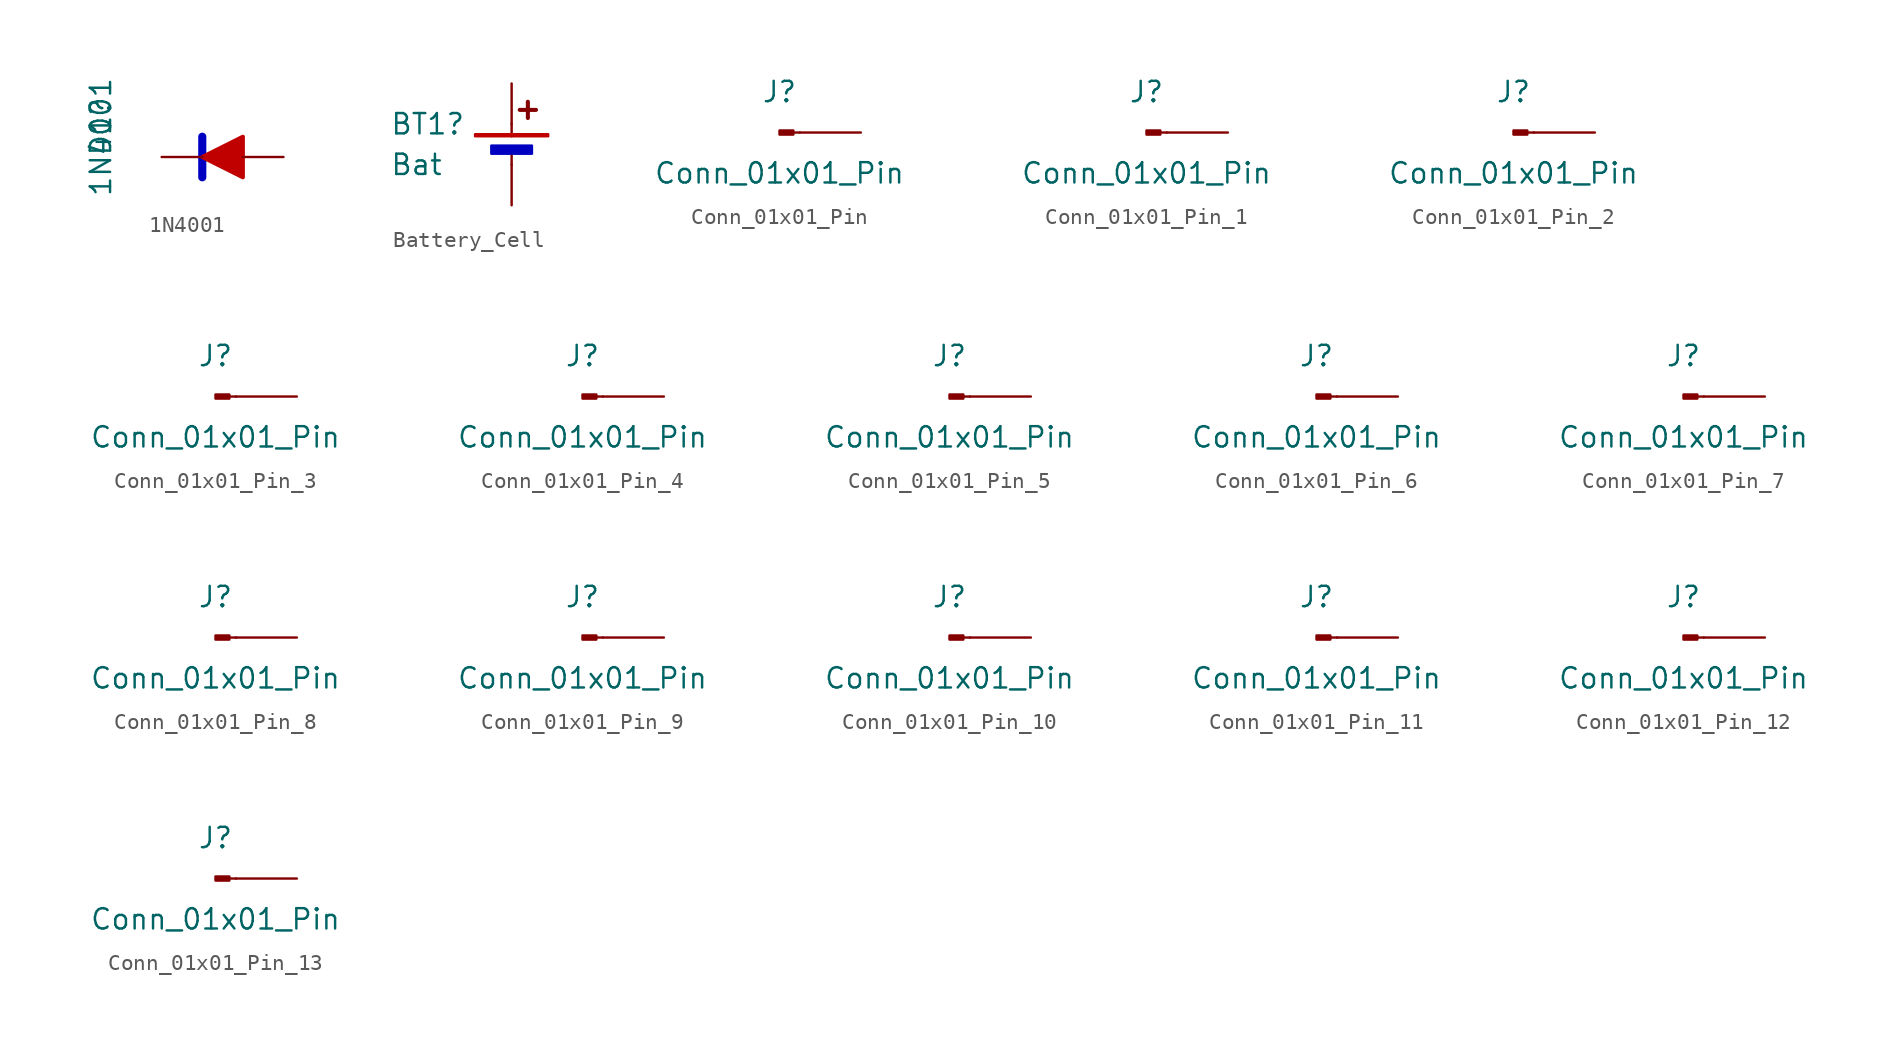
<source format=kicad_sym>
(kicad_symbol_lib
  (version 20241209)
  (generator "kicad_symbol_editor")
  (generator_version "9.0")
  (symbol "1N4001"
    (pin_numbers
      (hide yes))
    (pin_names
      (hide yes))
    (property "Reference" "D1"
      (at -7.62 0 90)
      (effects (font (size 1.27 1.27)) (justify left)))
    (property "Value" "1N4001"
      (at -7.62 -2.54 90)
      (effects (font (size 1.27 1.27)) (justify left)))
    (symbol "1N4001_0_1"
      (polyline (pts (xy 1.27 0) (xy -1.27 0)) (stroke (width 0) (type default)) (fill (type none))))
    (symbol "1N4001_1_1"
      (polyline (pts (xy -1.27 1.27) (xy -1.27 -1.27)) (stroke (width 0.508) (type default) (color 0 0 192 1)) (fill (type none)))
      (polyline (pts (xy 1.27 1.27) (xy 1.27 -1.27) (xy -1.27 0) (xy 1.27 1.27)) (stroke (width 0.254) (type default) (color 192 0 0 1)) (fill (type outline)))
      (pin passive line (at -3.81 0 0) (length 2.54) (name "K" (effects (font (size 1.27 1.27)))) (number "1" (effects (font (size 1.27 1.27)))))
      (pin passive line (at 3.81 0 180) (length 2.54) (name "A" (effects (font (size 1.27 1.27)))) (number "2" (effects (font (size 1.27 1.27)))))))
  (symbol "Battery_Cell"
    (pin_numbers
      (hide yes))
    (pin_names
      (offset 0)
      (hide yes))
    (property "Reference" "BT1"
      (at -7.62 2.54 0)
      (effects (font (size 1.27 1.27)) (justify left)))
    (property "Value" "Bat"
      (at -7.62 0 0)
      (effects (font (size 1.27 1.27)) (justify left)))
    (symbol "Battery_Cell_0_1"
      (polyline (pts (xy 0 1.778) (xy 0 2.54)) (stroke (width 0) (type default)) (fill (type none)))
      (polyline (pts (xy 0 0.762) (xy 0 0)) (stroke (width 0) (type default)) (fill (type none)))
      (polyline (pts (xy 0.508 3.429) (xy 1.524 3.429)) (stroke (width 0.254) (type default)) (fill (type none)))
      (polyline (pts (xy 1.016 3.937) (xy 1.016 2.921)) (stroke (width 0.254) (type default)) (fill (type none))))
    (symbol "Battery_Cell_1_1"
      (rectangle (start -2.286 1.905) (end 2.286 1.778) (stroke (width 0) (type default) (color 192 0 0 1)) (fill (type outline)))
      (rectangle (start -1.27 1.194) (end 1.27 0.686) (stroke (width 0) (type default) (color 0 0 192 1)) (fill (type outline)))
      (pin passive line (at 0 5.08 270) (length 2.54) (name "+" (effects (font (size 1.27 1.27)))) (number "1" (effects (font (size 1.27 1.27)))))
      (pin passive line (at 0 -2.54 90) (length 2.54) (name "-" (effects (font (size 1.27 1.27)))) (number "2" (effects (font (size 1.27 1.27)))))))
  (symbol "Conn_01x01_Pin"
    (pin_numbers
      (hide yes))
    (pin_names
      (offset 1.016)
      (hide yes))
    (property "Reference" "J"
      (at 0 2.54 0)
      (effects (font (size 1.27 1.27))))
    (property "Value" "Conn_01x01_Pin"
      (at 0 -2.54 0)
      (effects (font (size 1.27 1.27))))
    (property "ki_locked" ""
      (at 0 0 0)
      (effects (font (size 1.27 1.27))))
    (symbol "Conn_01x01_Pin_1_1"
      (rectangle (start 0.864 0.127) (end 0 -0.127) (stroke (width 0.152) (type default)) (fill (type outline)))
      (polyline (pts (xy 1.27 0) (xy 0.864 0)) (stroke (width 0.152) (type default)) (fill (type none)))
      (pin passive line (at 5.08 0 180) (length 3.81) (name "Pin_1" (effects (font (size 1.27 1.27)))) (number "1" (effects (font (size 1.27 1.27)))))))
  (symbol "Conn_01x01_Pin_1"
    (pin_numbers
      (hide yes))
    (pin_names
      (offset 1.016)
      (hide yes))
    (property "Reference" "J"
      (at 0 2.54 0)
      (effects (font (size 1.27 1.27))))
    (property "Value" "Conn_01x01_Pin"
      (at 0 -2.54 0)
      (effects (font (size 1.27 1.27))))
    (property "ki_locked" ""
      (at 0 0 0)
      (effects (font (size 1.27 1.27))))
    (symbol "Conn_01x01_Pin_1_1_1"
      (rectangle (start 0.864 0.127) (end 0 -0.127) (stroke (width 0.152) (type default)) (fill (type outline)))
      (polyline (pts (xy 1.27 0) (xy 0.864 0)) (stroke (width 0.152) (type default)) (fill (type none)))
      (pin passive line (at 5.08 0 180) (length 3.81) (name "Pin_1" (effects (font (size 1.27 1.27)))) (number "1" (effects (font (size 1.27 1.27)))))))
  (symbol "Conn_01x01_Pin_2"
    (pin_numbers
      (hide yes))
    (pin_names
      (offset 1.016)
      (hide yes))
    (property "Reference" "J"
      (at 0 2.54 0)
      (effects (font (size 1.27 1.27))))
    (property "Value" "Conn_01x01_Pin"
      (at 0 -2.54 0)
      (effects (font (size 1.27 1.27))))
    (property "ki_locked" ""
      (at 0 0 0)
      (effects (font (size 1.27 1.27))))
    (symbol "Conn_01x01_Pin_2_1_1"
      (rectangle (start 0.864 0.127) (end 0 -0.127) (stroke (width 0.152) (type default)) (fill (type outline)))
      (polyline (pts (xy 1.27 0) (xy 0.864 0)) (stroke (width 0.152) (type default)) (fill (type none)))
      (pin passive line (at 5.08 0 180) (length 3.81) (name "Pin_1" (effects (font (size 1.27 1.27)))) (number "1" (effects (font (size 1.27 1.27)))))))
  (symbol "Conn_01x01_Pin_3"
    (pin_numbers
      (hide yes))
    (pin_names
      (offset 1.016)
      (hide yes))
    (property "Reference" "J"
      (at 0 2.54 0)
      (effects (font (size 1.27 1.27))))
    (property "Value" "Conn_01x01_Pin"
      (at 0 -2.54 0)
      (effects (font (size 1.27 1.27))))
    (property "ki_locked" ""
      (at 0 0 0)
      (effects (font (size 1.27 1.27))))
    (symbol "Conn_01x01_Pin_3_1_1"
      (rectangle (start 0.864 0.127) (end 0 -0.127) (stroke (width 0.152) (type default)) (fill (type outline)))
      (polyline (pts (xy 1.27 0) (xy 0.864 0)) (stroke (width 0.152) (type default)) (fill (type none)))
      (pin passive line (at 5.08 0 180) (length 3.81) (name "Pin_1" (effects (font (size 1.27 1.27)))) (number "1" (effects (font (size 1.27 1.27)))))))
  (symbol "Conn_01x01_Pin_4"
    (pin_numbers
      (hide yes))
    (pin_names
      (offset 1.016)
      (hide yes))
    (property "Reference" "J"
      (at 0 2.54 0)
      (effects (font (size 1.27 1.27))))
    (property "Value" "Conn_01x01_Pin"
      (at 0 -2.54 0)
      (effects (font (size 1.27 1.27))))
    (property "ki_locked" ""
      (at 0 0 0)
      (effects (font (size 1.27 1.27))))
    (symbol "Conn_01x01_Pin_4_1_1"
      (rectangle (start 0.864 0.127) (end 0 -0.127) (stroke (width 0.152) (type default)) (fill (type outline)))
      (polyline (pts (xy 1.27 0) (xy 0.864 0)) (stroke (width 0.152) (type default)) (fill (type none)))
      (pin passive line (at 5.08 0 180) (length 3.81) (name "Pin_1" (effects (font (size 1.27 1.27)))) (number "1" (effects (font (size 1.27 1.27)))))))
  (symbol "Conn_01x01_Pin_5"
    (pin_numbers
      (hide yes))
    (pin_names
      (offset 1.016)
      (hide yes))
    (property "Reference" "J"
      (at 0 2.54 0)
      (effects (font (size 1.27 1.27))))
    (property "Value" "Conn_01x01_Pin"
      (at 0 -2.54 0)
      (effects (font (size 1.27 1.27))))
    (property "ki_locked" ""
      (at 0 0 0)
      (effects (font (size 1.27 1.27))))
    (symbol "Conn_01x01_Pin_5_1_1"
      (rectangle (start 0.864 0.127) (end 0 -0.127) (stroke (width 0.152) (type default)) (fill (type outline)))
      (polyline (pts (xy 1.27 0) (xy 0.864 0)) (stroke (width 0.152) (type default)) (fill (type none)))
      (pin passive line (at 5.08 0 180) (length 3.81) (name "Pin_1" (effects (font (size 1.27 1.27)))) (number "1" (effects (font (size 1.27 1.27)))))))
  (symbol "Conn_01x01_Pin_6"
    (pin_numbers
      (hide yes))
    (pin_names
      (offset 1.016)
      (hide yes))
    (property "Reference" "J"
      (at 0 2.54 0)
      (effects (font (size 1.27 1.27))))
    (property "Value" "Conn_01x01_Pin"
      (at 0 -2.54 0)
      (effects (font (size 1.27 1.27))))
    (property "ki_locked" ""
      (at 0 0 0)
      (effects (font (size 1.27 1.27))))
    (symbol "Conn_01x01_Pin_6_1_1"
      (rectangle (start 0.864 0.127) (end 0 -0.127) (stroke (width 0.152) (type default)) (fill (type outline)))
      (polyline (pts (xy 1.27 0) (xy 0.864 0)) (stroke (width 0.152) (type default)) (fill (type none)))
      (pin passive line (at 5.08 0 180) (length 3.81) (name "Pin_1" (effects (font (size 1.27 1.27)))) (number "1" (effects (font (size 1.27 1.27)))))))
  (symbol "Conn_01x01_Pin_7"
    (pin_numbers
      (hide yes))
    (pin_names
      (offset 1.016)
      (hide yes))
    (property "Reference" "J"
      (at 0 2.54 0)
      (effects (font (size 1.27 1.27))))
    (property "Value" "Conn_01x01_Pin"
      (at 0 -2.54 0)
      (effects (font (size 1.27 1.27))))
    (property "ki_locked" ""
      (at 0 0 0)
      (effects (font (size 1.27 1.27))))
    (symbol "Conn_01x01_Pin_7_1_1"
      (rectangle (start 0.864 0.127) (end 0 -0.127) (stroke (width 0.152) (type default)) (fill (type outline)))
      (polyline (pts (xy 1.27 0) (xy 0.864 0)) (stroke (width 0.152) (type default)) (fill (type none)))
      (pin passive line (at 5.08 0 180) (length 3.81) (name "Pin_1" (effects (font (size 1.27 1.27)))) (number "1" (effects (font (size 1.27 1.27)))))))
  (symbol "Conn_01x01_Pin_8"
    (pin_numbers
      (hide yes))
    (pin_names
      (offset 1.016)
      (hide yes))
    (property "Reference" "J"
      (at 0 2.54 0)
      (effects (font (size 1.27 1.27))))
    (property "Value" "Conn_01x01_Pin"
      (at 0 -2.54 0)
      (effects (font (size 1.27 1.27))))
    (property "ki_locked" ""
      (at 0 0 0)
      (effects (font (size 1.27 1.27))))
    (symbol "Conn_01x01_Pin_8_1_1"
      (rectangle (start 0.864 0.127) (end 0 -0.127) (stroke (width 0.152) (type default)) (fill (type outline)))
      (polyline (pts (xy 1.27 0) (xy 0.864 0)) (stroke (width 0.152) (type default)) (fill (type none)))
      (pin passive line (at 5.08 0 180) (length 3.81) (name "Pin_1" (effects (font (size 1.27 1.27)))) (number "1" (effects (font (size 1.27 1.27)))))))
  (symbol "Conn_01x01_Pin_9"
    (pin_numbers
      (hide yes))
    (pin_names
      (offset 1.016)
      (hide yes))
    (property "Reference" "J"
      (at 0 2.54 0)
      (effects (font (size 1.27 1.27))))
    (property "Value" "Conn_01x01_Pin"
      (at 0 -2.54 0)
      (effects (font (size 1.27 1.27))))
    (property "ki_locked" ""
      (at 0 0 0)
      (effects (font (size 1.27 1.27))))
    (symbol "Conn_01x01_Pin_9_1_1"
      (rectangle (start 0.864 0.127) (end 0 -0.127) (stroke (width 0.152) (type default)) (fill (type outline)))
      (polyline (pts (xy 1.27 0) (xy 0.864 0)) (stroke (width 0.152) (type default)) (fill (type none)))
      (pin passive line (at 5.08 0 180) (length 3.81) (name "Pin_1" (effects (font (size 1.27 1.27)))) (number "1" (effects (font (size 1.27 1.27)))))))
  (symbol "Conn_01x01_Pin_10"
    (pin_numbers
      (hide yes))
    (pin_names
      (offset 1.016)
      (hide yes))
    (property "Reference" "J"
      (at 0 2.54 0)
      (effects (font (size 1.27 1.27))))
    (property "Value" "Conn_01x01_Pin"
      (at 0 -2.54 0)
      (effects (font (size 1.27 1.27))))
    (property "ki_locked" ""
      (at 0 0 0)
      (effects (font (size 1.27 1.27))))
    (symbol "Conn_01x01_Pin_10_1_1"
      (rectangle (start 0.864 0.127) (end 0 -0.127) (stroke (width 0.152) (type default)) (fill (type outline)))
      (polyline (pts (xy 1.27 0) (xy 0.864 0)) (stroke (width 0.152) (type default)) (fill (type none)))
      (pin passive line (at 5.08 0 180) (length 3.81) (name "Pin_1" (effects (font (size 1.27 1.27)))) (number "1" (effects (font (size 1.27 1.27)))))))
  (symbol "Conn_01x01_Pin_11"
    (pin_numbers
      (hide yes))
    (pin_names
      (offset 1.016)
      (hide yes))
    (property "Reference" "J"
      (at 0 2.54 0)
      (effects (font (size 1.27 1.27))))
    (property "Value" "Conn_01x01_Pin"
      (at 0 -2.54 0)
      (effects (font (size 1.27 1.27))))
    (property "ki_locked" ""
      (at 0 0 0)
      (effects (font (size 1.27 1.27))))
    (symbol "Conn_01x01_Pin_11_1_1"
      (rectangle (start 0.864 0.127) (end 0 -0.127) (stroke (width 0.152) (type default)) (fill (type outline)))
      (polyline (pts (xy 1.27 0) (xy 0.864 0)) (stroke (width 0.152) (type default)) (fill (type none)))
      (pin passive line (at 5.08 0 180) (length 3.81) (name "Pin_1" (effects (font (size 1.27 1.27)))) (number "1" (effects (font (size 1.27 1.27)))))))
  (symbol "Conn_01x01_Pin_12"
    (pin_numbers
      (hide yes))
    (pin_names
      (offset 1.016)
      (hide yes))
    (property "Reference" "J"
      (at 0 2.54 0)
      (effects (font (size 1.27 1.27))))
    (property "Value" "Conn_01x01_Pin"
      (at 0 -2.54 0)
      (effects (font (size 1.27 1.27))))
    (property "ki_locked" ""
      (at 0 0 0)
      (effects (font (size 1.27 1.27))))
    (symbol "Conn_01x01_Pin_12_1_1"
      (rectangle (start 0.864 0.127) (end 0 -0.127) (stroke (width 0.152) (type default)) (fill (type outline)))
      (polyline (pts (xy 1.27 0) (xy 0.864 0)) (stroke (width 0.152) (type default)) (fill (type none)))
      (pin passive line (at 5.08 0 180) (length 3.81) (name "Pin_1" (effects (font (size 1.27 1.27)))) (number "1" (effects (font (size 1.27 1.27)))))))
  (symbol "Conn_01x01_Pin_13"
    (pin_numbers
      (hide yes))
    (pin_names
      (offset 1.016)
      (hide yes))
    (property "Reference" "J"
      (at 0 2.54 0)
      (effects (font (size 1.27 1.27))))
    (property "Value" "Conn_01x01_Pin"
      (at 0 -2.54 0)
      (effects (font (size 1.27 1.27))))
    (property "ki_locked" ""
      (at 0 0 0)
      (effects (font (size 1.27 1.27))))
    (symbol "Conn_01x01_Pin_13_1_1"
      (rectangle (start 0.864 0.127) (end 0 -0.127) (stroke (width 0.152) (type default)) (fill (type outline)))
      (polyline (pts (xy 1.27 0) (xy 0.864 0)) (stroke (width 0.152) (type default)) (fill (type none)))
      (pin passive line (at 5.08 0 180) (length 3.81) (name "Pin_1" (effects (font (size 1.27 1.27)))) (number "1" (effects (font (size 1.27 1.27))))))))
</source>
